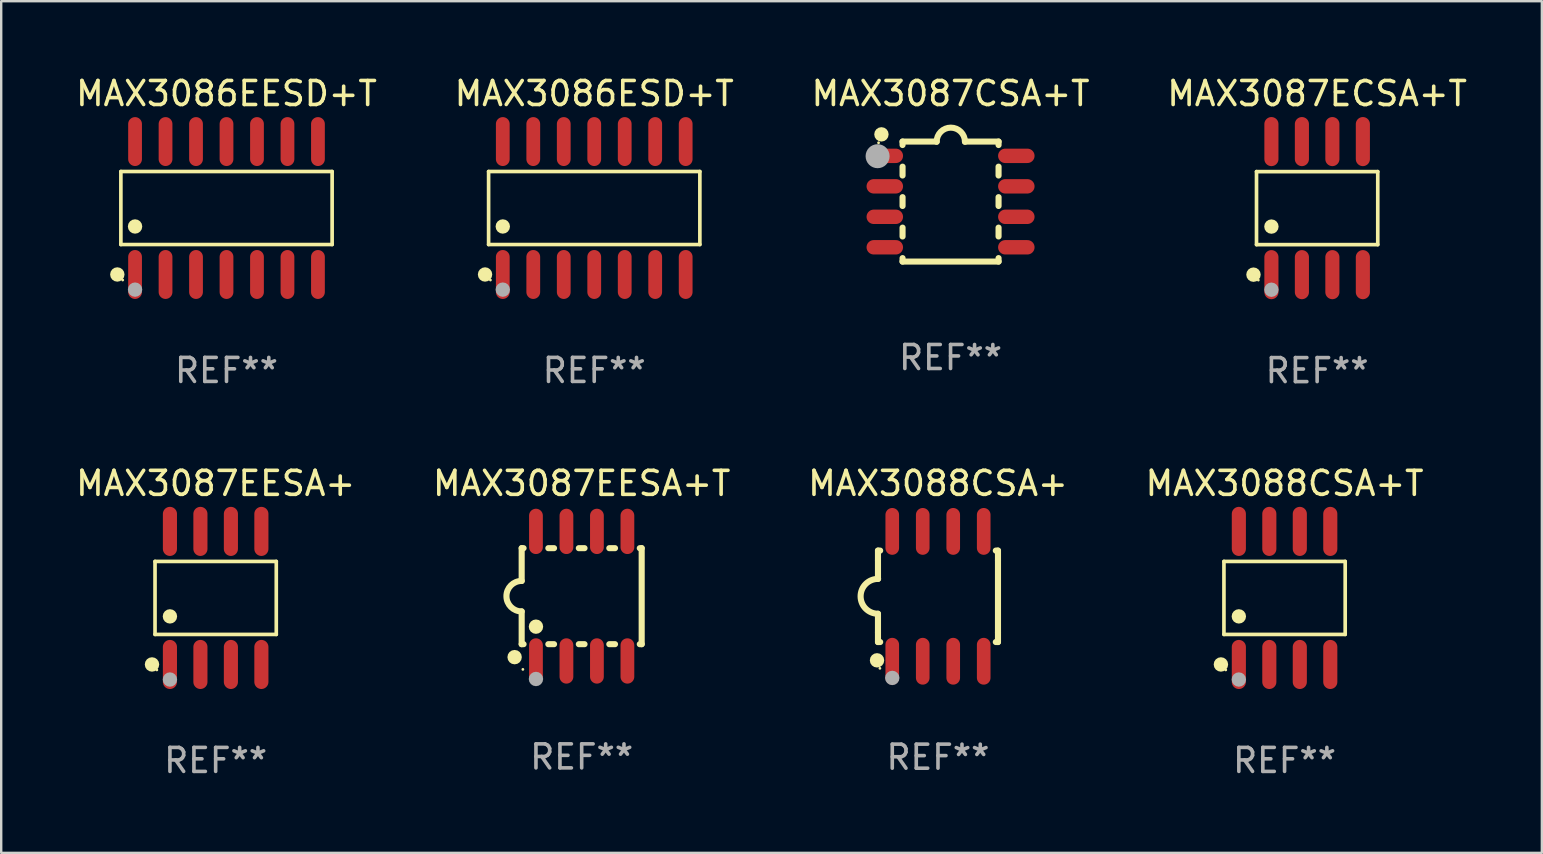
<source format=kicad_pcb>
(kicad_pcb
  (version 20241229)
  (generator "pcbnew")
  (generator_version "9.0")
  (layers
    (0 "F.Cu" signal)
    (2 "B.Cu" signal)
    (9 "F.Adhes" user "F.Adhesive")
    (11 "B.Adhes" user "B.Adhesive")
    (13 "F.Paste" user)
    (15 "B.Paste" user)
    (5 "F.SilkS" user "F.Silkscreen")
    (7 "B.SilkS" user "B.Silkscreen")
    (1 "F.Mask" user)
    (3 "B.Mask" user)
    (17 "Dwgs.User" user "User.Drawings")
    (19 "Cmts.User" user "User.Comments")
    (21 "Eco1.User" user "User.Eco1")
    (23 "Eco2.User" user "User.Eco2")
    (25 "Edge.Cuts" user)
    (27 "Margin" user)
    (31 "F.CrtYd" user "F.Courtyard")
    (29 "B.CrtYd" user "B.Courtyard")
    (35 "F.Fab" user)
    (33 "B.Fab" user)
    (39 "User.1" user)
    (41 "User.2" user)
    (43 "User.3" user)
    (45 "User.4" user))
  (footprint "MAX3087ECSA+T"
    (layer "F.Cu")
    (at 51.827 5.621)
    (property "Reference" "MAX3087ECSA+T" (at 0 -4.772 0) (layer "F.SilkS") (effects (font (size 1 1) (thickness 0.15))))
    (attr through_hole)
    (fp_line (start -2.526 -1.521) (end 2.526 -1.521) (stroke (width 0.152) (type solid)) (layer "F.SilkS"))
    (fp_line (start -2.526 1.521) (end -2.526 -1.521) (stroke (width 0.152) (type solid)) (layer "F.SilkS"))
    (fp_line (start 2.526 -1.521) (end 2.526 1.521) (stroke (width 0.152) (type solid)) (layer "F.SilkS"))
    (fp_line (start 2.526 1.521) (end -2.526 1.521) (stroke (width 0.152) (type solid)) (layer "F.SilkS"))
    (fp_circle (center -2.652 2.772) (end -2.501 2.772) (stroke (width 0.3) (type solid)) (fill no) (layer "F.SilkS"))
    (fp_circle (center -2.45 3) (end -2.42 3) (stroke (width 0.06) (type solid)) (fill no) (layer "F.SilkS"))
    (fp_circle (center -1.905 0.769) (end -1.755 0.769) (stroke (width 0.3) (type solid)) (fill no) (layer "F.SilkS"))
    (fp_circle (center -1.905 3.4) (end -1.755 3.4) (stroke (width 0.3) (type solid)) (fill no) (layer "F.Fab"))
    (fp_text user "REF**" (at 0 6.772 0) (layer "F.Fab") (effects (font (size 1 1) (thickness 0.15))))
    (pad "1" smd oval (at -1.905 2.772) (size 0.588 2.045) (layers "F.Cu" "F.Mask" "F.Paste"))
    (pad "2" smd oval (at -0.635 2.772) (size 0.588 2.045) (layers "F.Cu" "F.Mask" "F.Paste"))
    (pad "3" smd oval (at 0.635 2.772) (size 0.588 2.045) (layers "F.Cu" "F.Mask" "F.Paste"))
    (pad "4" smd oval (at 1.905 2.772) (size 0.588 2.045) (layers "F.Cu" "F.Mask" "F.Paste"))
    (pad "5" smd oval (at 1.905 -2.772) (size 0.588 2.045) (layers "F.Cu" "F.Mask" "F.Paste"))
    (pad "6" smd oval (at 0.635 -2.772) (size 0.588 2.045) (layers "F.Cu" "F.Mask" "F.Paste"))
    (pad "7" smd oval (at -0.635 -2.772) (size 0.588 2.045) (layers "F.Cu" "F.Mask" "F.Paste"))
    (pad "8" smd oval (at -1.905 -2.772) (size 0.588 2.045) (layers "F.Cu" "F.Mask" "F.Paste")))
  (footprint "MAX3086EESD+T"
    (layer "F.Cu")
    (at 6.387 5.617)
    (property "Reference" "MAX3086EESD+T" (at 0 -4.769 0) (layer "F.SilkS") (effects (font (size 1 1) (thickness 0.15))))
    (attr through_hole)
    (fp_line (start -4.401 -1.521) (end 4.401 -1.521) (stroke (width 0.152) (type solid)) (layer "F.SilkS"))
    (fp_line (start -4.401 1.521) (end -4.401 -1.521) (stroke (width 0.152) (type solid)) (layer "F.SilkS"))
    (fp_line (start 4.401 -1.521) (end 4.401 1.521) (stroke (width 0.152) (type solid)) (layer "F.SilkS"))
    (fp_line (start 4.401 1.521) (end -4.401 1.521) (stroke (width 0.152) (type solid)) (layer "F.SilkS"))
    (fp_circle (center -4.549 2.769) (end -4.399 2.769) (stroke (width 0.3) (type solid)) (fill no) (layer "F.SilkS"))
    (fp_circle (center -4.325 3) (end -4.295 3) (stroke (width 0.06) (type solid)) (fill no) (layer "F.SilkS"))
    (fp_circle (center -3.81 0.769) (end -3.66 0.769) (stroke (width 0.3) (type solid)) (fill no) (layer "F.SilkS"))
    (fp_circle (center -3.81 3.4) (end -3.66 3.4) (stroke (width 0.3) (type solid)) (fill no) (layer "F.Fab"))
    (fp_text user "REF**" (at 0 6.769 0) (layer "F.Fab") (effects (font (size 1 1) (thickness 0.15))))
    (pad "1" smd oval (at -3.81 2.769) (size 0.574 2.038) (layers "F.Cu" "F.Mask" "F.Paste"))
    (pad "2" smd oval (at -2.54 2.769) (size 0.574 2.038) (layers "F.Cu" "F.Mask" "F.Paste"))
    (pad "3" smd oval (at -1.27 2.769) (size 0.574 2.038) (layers "F.Cu" "F.Mask" "F.Paste"))
    (pad "4" smd oval (at 0 2.769) (size 0.574 2.038) (layers "F.Cu" "F.Mask" "F.Paste"))
    (pad "5" smd oval (at 1.27 2.769) (size 0.574 2.038) (layers "F.Cu" "F.Mask" "F.Paste"))
    (pad "6" smd oval (at 2.54 2.769) (size 0.574 2.038) (layers "F.Cu" "F.Mask" "F.Paste"))
    (pad "7" smd oval (at 3.81 2.769) (size 0.574 2.038) (layers "F.Cu" "F.Mask" "F.Paste"))
    (pad "8" smd oval (at 3.81 -2.769) (size 0.574 2.038) (layers "F.Cu" "F.Mask" "F.Paste"))
    (pad "9" smd oval (at 2.54 -2.769) (size 0.574 2.038) (layers "F.Cu" "F.Mask" "F.Paste"))
    (pad "10" smd oval (at 1.27 -2.769) (size 0.574 2.038) (layers "F.Cu" "F.Mask" "F.Paste"))
    (pad "11" smd oval (at 0 -2.769) (size 0.574 2.038) (layers "F.Cu" "F.Mask" "F.Paste"))
    (pad "12" smd oval (at -1.27 -2.769) (size 0.574 2.038) (layers "F.Cu" "F.Mask" "F.Paste"))
    (pad "13" smd oval (at -2.54 -2.769) (size 0.574 2.038) (layers "F.Cu" "F.Mask" "F.Paste"))
    (pad "14" smd oval (at -3.81 -2.769) (size 0.574 2.038) (layers "F.Cu" "F.Mask" "F.Paste")))
  (footprint "MAX3088CSA+"
    (layer "F.Cu")
    (at 36.03 21.795)
    (property "Reference" "MAX3088CSA+" (at 0 -4.705 0) (layer "F.SilkS") (effects (font (size 1 1) (thickness 0.15))))
    (attr through_hole)
    (fp_line (start -2.5 -1.905) (end -2.409 -1.905) (stroke (width 0.254) (type solid)) (layer "F.SilkS"))
    (fp_line (start -2.5 -1.5) (end -2.5 -1.905) (stroke (width 0.254) (type solid)) (layer "F.SilkS"))
    (fp_line (start -2.5 -1.5) (end -2.5 -0.726) (stroke (width 0.254) (type solid)) (layer "F.SilkS"))
    (fp_line (start -2.5 1.5) (end -2.5 0.727) (stroke (width 0.254) (type solid)) (layer "F.SilkS"))
    (fp_line (start -2.5 1.5) (end -2.5 1.905) (stroke (width 0.254) (type solid)) (layer "F.SilkS"))
    (fp_line (start -2.5 1.905) (end -2.409 1.905) (stroke (width 0.254) (type solid)) (layer "F.SilkS"))
    (fp_line (start 2.5 -1.905) (end 2.409 -1.905) (stroke (width 0.254) (type solid)) (layer "F.SilkS"))
    (fp_line (start 2.5 -1.5) (end 2.5 -1.905) (stroke (width 0.254) (type solid)) (layer "F.SilkS"))
    (fp_line (start 2.5 -1.5) (end 2.5 1.5) (stroke (width 0.254) (type solid)) (layer "F.SilkS"))
    (fp_line (start 2.5 1.5) (end 2.5 1.905) (stroke (width 0.254) (type solid)) (layer "F.SilkS"))
    (fp_line (start 2.5 1.905) (end 2.409 1.905) (stroke (width 0.254) (type solid)) (layer "F.SilkS"))
    (fp_arc (start -2.5 0.726568) (mid -3.220316 -0.0023) (end -2.495097 -0.726289) (stroke (width 0.254001) (type solid)) (layer "F.SilkS"))
    (fp_circle (center -2.54 2.667) (end -2.39 2.667) (stroke (width 0.3) (type solid)) (fill no) (layer "F.SilkS"))
    (fp_circle (center -2.42 3) (end -2.39 3) (stroke (width 0.06) (type solid)) (fill no) (layer "F.SilkS"))
    (fp_circle (center -1.905 3.4) (end -1.755 3.4) (stroke (width 0.3) (type solid)) (fill no) (layer "F.Fab"))
    (fp_text user "REF**" (at 0 6.705 0) (layer "F.Fab") (effects (font (size 1 1) (thickness 0.15))))
    (pad "1" smd oval (at -1.905 2.705) (size 0.568 1.95) (layers "F.Cu" "F.Mask" "F.Paste"))
    (pad "2" smd oval (at -0.635 2.705) (size 0.568 1.95) (layers "F.Cu" "F.Mask" "F.Paste"))
    (pad "3" smd oval (at 0.635 2.705) (size 0.568 1.95) (layers "F.Cu" "F.Mask" "F.Paste"))
    (pad "4" smd oval (at 1.905 2.705) (size 0.568 1.95) (layers "F.Cu" "F.Mask" "F.Paste"))
    (pad "5" smd oval (at 1.905 -2.705) (size 0.568 1.95) (layers "F.Cu" "F.Mask" "F.Paste"))
    (pad "6" smd oval (at 0.635 -2.705) (size 0.568 1.95) (layers "F.Cu" "F.Mask" "F.Paste"))
    (pad "7" smd oval (at -0.635 -2.705) (size 0.568 1.95) (layers "F.Cu" "F.Mask" "F.Paste"))
    (pad "8" smd oval (at -1.905 -2.705) (size 0.568 1.95) (layers "F.Cu" "F.Mask" "F.Paste")))
  (footprint "MAX3087EESA+"
    (layer "F.Cu")
    (at 5.935 21.862)
    (property "Reference" "MAX3087EESA+" (at 0 -4.772 0) (layer "F.SilkS") (effects (font (size 1 1) (thickness 0.15))))
    (attr through_hole)
    (fp_line (start -2.526 -1.521) (end 2.526 -1.521) (stroke (width 0.152) (type solid)) (layer "F.SilkS"))
    (fp_line (start -2.526 1.521) (end -2.526 -1.521) (stroke (width 0.152) (type solid)) (layer "F.SilkS"))
    (fp_line (start 2.526 -1.521) (end 2.526 1.521) (stroke (width 0.152) (type solid)) (layer "F.SilkS"))
    (fp_line (start 2.526 1.521) (end -2.526 1.521) (stroke (width 0.152) (type solid)) (layer "F.SilkS"))
    (fp_circle (center -2.652 2.772) (end -2.501 2.772) (stroke (width 0.3) (type solid)) (fill no) (layer "F.SilkS"))
    (fp_circle (center -2.45 3) (end -2.42 3) (stroke (width 0.06) (type solid)) (fill no) (layer "F.SilkS"))
    (fp_circle (center -1.905 0.769) (end -1.755 0.769) (stroke (width 0.3) (type solid)) (fill no) (layer "F.SilkS"))
    (fp_circle (center -1.905 3.4) (end -1.755 3.4) (stroke (width 0.3) (type solid)) (fill no) (layer "F.Fab"))
    (fp_text user "REF**" (at 0 6.772 0) (layer "F.Fab") (effects (font (size 1 1) (thickness 0.15))))
    (pad "1" smd oval (at -1.905 2.772) (size 0.588 2.045) (layers "F.Cu" "F.Mask" "F.Paste"))
    (pad "2" smd oval (at -0.635 2.772) (size 0.588 2.045) (layers "F.Cu" "F.Mask" "F.Paste"))
    (pad "3" smd oval (at 0.635 2.772) (size 0.588 2.045) (layers "F.Cu" "F.Mask" "F.Paste"))
    (pad "4" smd oval (at 1.905 2.772) (size 0.588 2.045) (layers "F.Cu" "F.Mask" "F.Paste"))
    (pad "5" smd oval (at 1.905 -2.772) (size 0.588 2.045) (layers "F.Cu" "F.Mask" "F.Paste"))
    (pad "6" smd oval (at 0.635 -2.772) (size 0.588 2.045) (layers "F.Cu" "F.Mask" "F.Paste"))
    (pad "7" smd oval (at -0.635 -2.772) (size 0.588 2.045) (layers "F.Cu" "F.Mask" "F.Paste"))
    (pad "8" smd oval (at -1.905 -2.772) (size 0.588 2.045) (layers "F.Cu" "F.Mask" "F.Paste")))
  (footprint "MAX3087EESA+T"
    (layer "F.Cu")
    (at 21.185 21.789)
    (property "Reference" "MAX3087EESA+T" (at 0 -4.699 0) (layer "F.SilkS") (effects (font (size 1 1) (thickness 0.15))))
    (attr through_hole)
    (fp_line (start -2.5 -2) (end -2.5 -0.635) (stroke (width 0.254) (type solid)) (layer "F.SilkS"))
    (fp_line (start -2.5 -2) (end -2.421 -2) (stroke (width 0.254) (type solid)) (layer "F.SilkS"))
    (fp_line (start -2.5 2) (end -2.5 0.635) (stroke (width 0.254) (type solid)) (layer "F.SilkS"))
    (fp_line (start -2.5 2) (end -2.421 2) (stroke (width 0.254) (type solid)) (layer "F.SilkS"))
    (fp_line (start -1.389 -2) (end -1.151 -2) (stroke (width 0.254) (type solid)) (layer "F.SilkS"))
    (fp_line (start -1.389 2) (end -1.151 2) (stroke (width 0.254) (type solid)) (layer "F.SilkS"))
    (fp_line (start -0.119 -2) (end 0.119 -2) (stroke (width 0.254) (type solid)) (layer "F.SilkS"))
    (fp_line (start -0.119 2) (end 0.119 2) (stroke (width 0.254) (type solid)) (layer "F.SilkS"))
    (fp_line (start 1.151 -2) (end 1.389 -2) (stroke (width 0.254) (type solid)) (layer "F.SilkS"))
    (fp_line (start 1.151 2) (end 1.389 2) (stroke (width 0.254) (type solid)) (layer "F.SilkS"))
    (fp_line (start 2.421 -2) (end 2.5 -2) (stroke (width 0.254) (type solid)) (layer "F.SilkS"))
    (fp_line (start 2.421 2) (end 2.5 2) (stroke (width 0.254) (type solid)) (layer "F.SilkS"))
    (fp_line (start 2.5 -2) (end 2.5 2) (stroke (width 0.254) (type solid)) (layer "F.SilkS"))
    (fp_arc (start -2.5 0.635001) (mid -3.134366 -0.000318) (end -2.499365 -0.635001) (stroke (width 0.254001) (type solid)) (layer "F.SilkS"))
    (fp_circle (center -2.794 2.54) (end -2.644 2.54) (stroke (width 0.3) (type solid)) (fill no) (layer "F.SilkS"))
    (fp_circle (center -2.45 3.05) (end -2.42 3.05) (stroke (width 0.06) (type solid)) (fill no) (layer "F.SilkS"))
    (fp_circle (center -1.905 1.27) (end -1.755 1.27) (stroke (width 0.3) (type solid)) (fill no) (layer "F.SilkS"))
    (fp_circle (center -1.905 3.45) (end -1.755 3.45) (stroke (width 0.3) (type solid)) (fill no) (layer "F.Fab"))
    (fp_text user "REF**" (at 0 6.699 0) (layer "F.Fab") (effects (font (size 1 1) (thickness 0.15))))
    (pad "1" smd oval (at -1.905 2.699) (size 0.574 1.888) (layers "F.Cu" "F.Mask" "F.Paste"))
    (pad "2" smd oval (at -0.635 2.699) (size 0.574 1.888) (layers "F.Cu" "F.Mask" "F.Paste"))
    (pad "3" smd oval (at 0.635 2.699) (size 0.574 1.888) (layers "F.Cu" "F.Mask" "F.Paste"))
    (pad "4" smd oval (at 1.905 2.699) (size 0.574 1.888) (layers "F.Cu" "F.Mask" "F.Paste"))
    (pad "5" smd oval (at 1.905 -2.699) (size 0.574 1.888) (layers "F.Cu" "F.Mask" "F.Paste"))
    (pad "6" smd oval (at 0.635 -2.699) (size 0.574 1.888) (layers "F.Cu" "F.Mask" "F.Paste"))
    (pad "7" smd oval (at -0.635 -2.699) (size 0.574 1.888) (layers "F.Cu" "F.Mask" "F.Paste"))
    (pad "8" smd oval (at -1.905 -2.699) (size 0.574 1.888) (layers "F.Cu" "F.Mask" "F.Paste")))
  (footprint "MAX3086ESD+T"
    (layer "F.Cu")
    (at 21.708 5.617)
    (property "Reference" "MAX3086ESD+T" (at 0 -4.769 0) (layer "F.SilkS") (effects (font (size 1 1) (thickness 0.15))))
    (attr through_hole)
    (fp_line (start -4.401 -1.521) (end 4.401 -1.521) (stroke (width 0.152) (type solid)) (layer "F.SilkS"))
    (fp_line (start -4.401 1.521) (end -4.401 -1.521) (stroke (width 0.152) (type solid)) (layer "F.SilkS"))
    (fp_line (start 4.401 -1.521) (end 4.401 1.521) (stroke (width 0.152) (type solid)) (layer "F.SilkS"))
    (fp_line (start 4.401 1.521) (end -4.401 1.521) (stroke (width 0.152) (type solid)) (layer "F.SilkS"))
    (fp_circle (center -4.549 2.769) (end -4.399 2.769) (stroke (width 0.3) (type solid)) (fill no) (layer "F.SilkS"))
    (fp_circle (center -4.325 3) (end -4.295 3) (stroke (width 0.06) (type solid)) (fill no) (layer "F.SilkS"))
    (fp_circle (center -3.81 0.769) (end -3.66 0.769) (stroke (width 0.3) (type solid)) (fill no) (layer "F.SilkS"))
    (fp_circle (center -3.81 3.4) (end -3.66 3.4) (stroke (width 0.3) (type solid)) (fill no) (layer "F.Fab"))
    (fp_text user "REF**" (at 0 6.769 0) (layer "F.Fab") (effects (font (size 1 1) (thickness 0.15))))
    (pad "1" smd oval (at -3.81 2.769) (size 0.574 2.038) (layers "F.Cu" "F.Mask" "F.Paste"))
    (pad "2" smd oval (at -2.54 2.769) (size 0.574 2.038) (layers "F.Cu" "F.Mask" "F.Paste"))
    (pad "3" smd oval (at -1.27 2.769) (size 0.574 2.038) (layers "F.Cu" "F.Mask" "F.Paste"))
    (pad "4" smd oval (at 0 2.769) (size 0.574 2.038) (layers "F.Cu" "F.Mask" "F.Paste"))
    (pad "5" smd oval (at 1.27 2.769) (size 0.574 2.038) (layers "F.Cu" "F.Mask" "F.Paste"))
    (pad "6" smd oval (at 2.54 2.769) (size 0.574 2.038) (layers "F.Cu" "F.Mask" "F.Paste"))
    (pad "7" smd oval (at 3.81 2.769) (size 0.574 2.038) (layers "F.Cu" "F.Mask" "F.Paste"))
    (pad "8" smd oval (at 3.81 -2.769) (size 0.574 2.038) (layers "F.Cu" "F.Mask" "F.Paste"))
    (pad "9" smd oval (at 2.54 -2.769) (size 0.574 2.038) (layers "F.Cu" "F.Mask" "F.Paste"))
    (pad "10" smd oval (at 1.27 -2.769) (size 0.574 2.038) (layers "F.Cu" "F.Mask" "F.Paste"))
    (pad "11" smd oval (at 0 -2.769) (size 0.574 2.038) (layers "F.Cu" "F.Mask" "F.Paste"))
    (pad "12" smd oval (at -1.27 -2.769) (size 0.574 2.038) (layers "F.Cu" "F.Mask" "F.Paste"))
    (pad "13" smd oval (at -2.54 -2.769) (size 0.574 2.038) (layers "F.Cu" "F.Mask" "F.Paste"))
    (pad "14" smd oval (at -3.81 -2.769) (size 0.574 2.038) (layers "F.Cu" "F.Mask" "F.Paste")))
  (footprint "MAX3088CSA+T"
    (layer "F.Cu")
    (at 50.47 21.862)
    (property "Reference" "MAX3088CSA+T" (at 0 -4.772 0) (layer "F.SilkS") (effects (font (size 1 1) (thickness 0.15))))
    (attr through_hole)
    (fp_line (start -2.526 -1.521) (end 2.526 -1.521) (stroke (width 0.152) (type solid)) (layer "F.SilkS"))
    (fp_line (start -2.526 1.521) (end -2.526 -1.521) (stroke (width 0.152) (type solid)) (layer "F.SilkS"))
    (fp_line (start 2.526 -1.521) (end 2.526 1.521) (stroke (width 0.152) (type solid)) (layer "F.SilkS"))
    (fp_line (start 2.526 1.521) (end -2.526 1.521) (stroke (width 0.152) (type solid)) (layer "F.SilkS"))
    (fp_circle (center -2.652 2.772) (end -2.501 2.772) (stroke (width 0.3) (type solid)) (fill no) (layer "F.SilkS"))
    (fp_circle (center -2.45 3) (end -2.42 3) (stroke (width 0.06) (type solid)) (fill no) (layer "F.SilkS"))
    (fp_circle (center -1.905 0.769) (end -1.755 0.769) (stroke (width 0.3) (type solid)) (fill no) (layer "F.SilkS"))
    (fp_circle (center -1.905 3.4) (end -1.755 3.4) (stroke (width 0.3) (type solid)) (fill no) (layer "F.Fab"))
    (fp_text user "REF**" (at 0 6.772 0) (layer "F.Fab") (effects (font (size 1 1) (thickness 0.15))))
    (pad "1" smd oval (at -1.905 2.772) (size 0.588 2.045) (layers "F.Cu" "F.Mask" "F.Paste"))
    (pad "2" smd oval (at -0.635 2.772) (size 0.588 2.045) (layers "F.Cu" "F.Mask" "F.Paste"))
    (pad "3" smd oval (at 0.635 2.772) (size 0.588 2.045) (layers "F.Cu" "F.Mask" "F.Paste"))
    (pad "4" smd oval (at 1.905 2.772) (size 0.588 2.045) (layers "F.Cu" "F.Mask" "F.Paste"))
    (pad "5" smd oval (at 1.905 -2.772) (size 0.588 2.045) (layers "F.Cu" "F.Mask" "F.Paste"))
    (pad "6" smd oval (at 0.635 -2.772) (size 0.588 2.045) (layers "F.Cu" "F.Mask" "F.Paste"))
    (pad "7" smd oval (at -0.635 -2.772) (size 0.588 2.045) (layers "F.Cu" "F.Mask" "F.Paste"))
    (pad "8" smd oval (at -1.905 -2.772) (size 0.588 2.045) (layers "F.Cu" "F.Mask" "F.Paste")))
  (footprint "MAX3087CSA+T"
    (layer "F.Cu")
    (at 36.554 5.348)
    (property "Reference" "MAX3087CSA+T" (at 0 -4.5 0) (layer "F.SilkS") (effects (font (size 1 1) (thickness 0.15))))
    (attr through_hole)
    (fp_line (start -2 -2.5) (end -2 -2.356) (stroke (width 0.254) (type solid)) (layer "F.SilkS"))
    (fp_line (start -2 -1.454) (end -2 -1.086) (stroke (width 0.254) (type solid)) (layer "F.SilkS"))
    (fp_line (start -2 -0.184) (end -2 0.184) (stroke (width 0.254) (type solid)) (layer "F.SilkS"))
    (fp_line (start -2 1.086) (end -2 1.454) (stroke (width 0.254) (type solid)) (layer "F.SilkS"))
    (fp_line (start -2 2.356) (end -2 2.5) (stroke (width 0.254) (type solid)) (layer "F.SilkS"))
    (fp_line (start -0.58 -2.5) (end -2 -2.5) (stroke (width 0.254) (type solid)) (layer "F.SilkS"))
    (fp_line (start 2 -2.5) (end 0.6 -2.5) (stroke (width 0.254) (type solid)) (layer "F.SilkS"))
    (fp_line (start 2 -2.5) (end 2 -2.356) (stroke (width 0.254) (type solid)) (layer "F.SilkS"))
    (fp_line (start 2 -1.454) (end 2 -1.086) (stroke (width 0.254) (type solid)) (layer "F.SilkS"))
    (fp_line (start 2 -0.184) (end 2 0.184) (stroke (width 0.254) (type solid)) (layer "F.SilkS"))
    (fp_line (start 2 1.086) (end 2 1.454) (stroke (width 0.254) (type solid)) (layer "F.SilkS"))
    (fp_line (start 2 2.356) (end 2 2.5) (stroke (width 0.254) (type solid)) (layer "F.SilkS"))
    (fp_line (start 2 2.5) (end -2 2.5) (stroke (width 0.254) (type solid)) (layer "F.SilkS"))
    (fp_arc (start -0.579908 -2.489992) (mid 0.010097 -3.07831) (end 0.600102 -2.489992) (stroke (width 0.254001) (type solid)) (layer "F.SilkS"))
    (fp_circle (center -3 -2.45) (end -2.97 -2.45) (stroke (width 0.06) (type solid)) (fill no) (layer "F.SilkS"))
    (fp_circle (center -2.88 -2.8) (end -2.73 -2.8) (stroke (width 0.3) (type solid)) (fill no) (layer "F.SilkS"))
    (fp_circle (center -3.04 -1.89) (end -2.79 -1.89) (stroke (width 0.5) (type solid)) (fill no) (layer "F.Fab"))
    (fp_text user "REF**" (at 0 6.5 0) (layer "F.Fab") (effects (font (size 1 1) (thickness 0.15))))
    (pad "1" smd oval (at -2.74 -1.905 90) (size 0.6 1.52) (layers "F.Cu" "F.Mask" "F.Paste"))
    (pad "2" smd oval (at -2.74 -0.635 90) (size 0.6 1.52) (layers "F.Cu" "F.Mask" "F.Paste"))
    (pad "3" smd oval (at -2.74 0.635 90) (size 0.6 1.52) (layers "F.Cu" "F.Mask" "F.Paste"))
    (pad "4" smd oval (at -2.74 1.905 90) (size 0.6 1.52) (layers "F.Cu" "F.Mask" "F.Paste"))
    (pad "5" smd oval (at 2.74 1.905 90) (size 0.6 1.52) (layers "F.Cu" "F.Mask" "F.Paste"))
    (pad "6" smd oval (at 2.74 0.635 90) (size 0.6 1.52) (layers "F.Cu" "F.Mask" "F.Paste"))
    (pad "7" smd oval (at 2.74 -0.635 90) (size 0.6 1.52) (layers "F.Cu" "F.Mask" "F.Paste"))
    (pad "8" smd oval (at 2.74 -1.905 90) (size 0.6 1.52) (layers "F.Cu" "F.Mask" "F.Paste")))
  (gr_rect
    (start -3 -3)
    (end 61.19 32.483)
    (stroke (width 0.1) (type default))
    (fill no)
    (layer "Edge.Cuts")))
</source>
